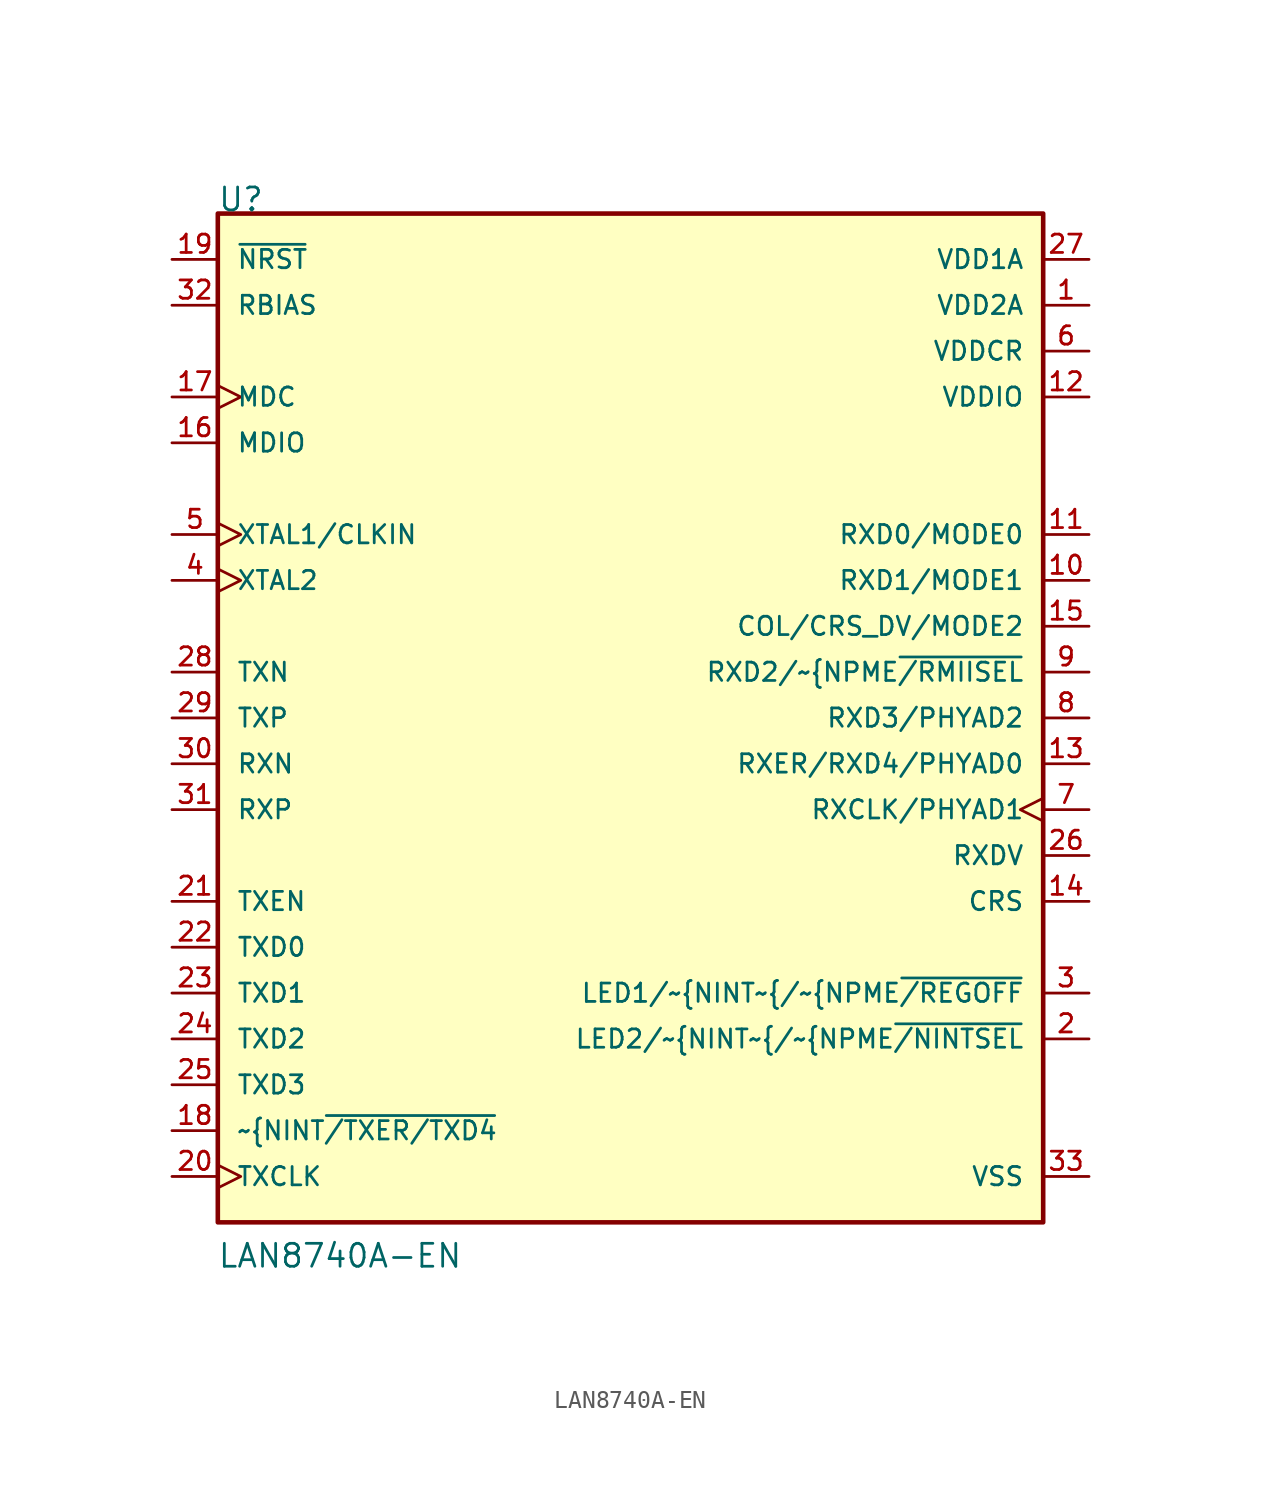
<source format=kicad_sym>
(kicad_symbol_lib
  (version 20220914)
  (generator kicad_symbol_editor)
  (symbol "LAN8740A-EN"
    (pin_names
      (offset 1.016))
    (property "Reference" "U"
      (at -22.891 27.978 0)
      (effects (font (size 1.27 1.27)) (justify left bottom)))
    (property "Value" "LAN8740A-EN"
      (at -22.902 -30.536 0)
      (effects (font (size 1.27 1.27)) (justify left bottom)))
    (symbol "LAN8740A-EN_0_0"
      (rectangle (start -22.86 27.94) (end 22.86 -27.94) (stroke (width 0.254) (type default)) (fill (type background)))
      (pin power_in line (at 25.4 22.86 180) (length 2.54) (name "VDD2A" (effects (font (size 1.016 1.016)))) (number "1" (effects (font (size 1.016 1.016)))))
      (pin bidirectional line (at 25.4 7.62 180) (length 2.54) (name "RXD1/MODE1" (effects (font (size 1.016 1.016)))) (number "10" (effects (font (size 1.016 1.016)))))
      (pin bidirectional line (at 25.4 10.16 180) (length 2.54) (name "RXD0/MODE0" (effects (font (size 1.016 1.016)))) (number "11" (effects (font (size 1.016 1.016)))))
      (pin power_in line (at 25.4 17.78 180) (length 2.54) (name "VDDIO" (effects (font (size 1.016 1.016)))) (number "12" (effects (font (size 1.016 1.016)))))
      (pin bidirectional line (at 25.4 -2.54 180) (length 2.54) (name "RXER/RXD4/PHYAD0" (effects (font (size 1.016 1.016)))) (number "13" (effects (font (size 1.016 1.016)))))
      (pin output line (at 25.4 -10.16 180) (length 2.54) (name "CRS" (effects (font (size 1.016 1.016)))) (number "14" (effects (font (size 1.016 1.016)))))
      (pin bidirectional line (at 25.4 5.08 180) (length 2.54) (name "COL/CRS_DV/MODE2" (effects (font (size 1.016 1.016)))) (number "15" (effects (font (size 1.016 1.016)))))
      (pin bidirectional line (at -25.4 15.24 0) (length 2.54) (name "MDIO" (effects (font (size 1.016 1.016)))) (number "16" (effects (font (size 1.016 1.016)))))
      (pin input clock (at -25.4 17.78 0) (length 2.54) (name "MDC" (effects (font (size 1.016 1.016)))) (number "17" (effects (font (size 1.016 1.016)))))
      (pin bidirectional line (at -25.4 -22.86 0) (length 2.54) (name "~{NINT~{/TXER/TXD4}" (effects (font (size 1.016 1.016)))) (number "18" (effects (font (size 1.016 1.016)))))
      (pin input line (at -25.4 25.4 0) (length 2.54) (name "~{NRST}" (effects (font (size 1.016 1.016)))) (number "19" (effects (font (size 1.016 1.016)))))
      (pin bidirectional line (at 25.4 -17.78 180) (length 2.54) (name "LED2/~{NINT~{/~{NPME~{/NINTSEL}" (effects (font (size 1.016 1.016)))) (number "2" (effects (font (size 1.016 1.016)))))
      (pin output clock (at -25.4 -25.4 0) (length 2.54) (name "TXCLK" (effects (font (size 1.016 1.016)))) (number "20" (effects (font (size 1.016 1.016)))))
      (pin input line (at -25.4 -10.16 0) (length 2.54) (name "TXEN" (effects (font (size 1.016 1.016)))) (number "21" (effects (font (size 1.016 1.016)))))
      (pin input line (at -25.4 -12.7 0) (length 2.54) (name "TXD0" (effects (font (size 1.016 1.016)))) (number "22" (effects (font (size 1.016 1.016)))))
      (pin input line (at -25.4 -15.24 0) (length 2.54) (name "TXD1" (effects (font (size 1.016 1.016)))) (number "23" (effects (font (size 1.016 1.016)))))
      (pin input line (at -25.4 -17.78 0) (length 2.54) (name "TXD2" (effects (font (size 1.016 1.016)))) (number "24" (effects (font (size 1.016 1.016)))))
      (pin input line (at -25.4 -20.32 0) (length 2.54) (name "TXD3" (effects (font (size 1.016 1.016)))) (number "25" (effects (font (size 1.016 1.016)))))
      (pin output line (at 25.4 -7.62 180) (length 2.54) (name "RXDV" (effects (font (size 1.016 1.016)))) (number "26" (effects (font (size 1.016 1.016)))))
      (pin power_in line (at 25.4 25.4 180) (length 2.54) (name "VDD1A" (effects (font (size 1.016 1.016)))) (number "27" (effects (font (size 1.016 1.016)))))
      (pin bidirectional line (at -25.4 2.54 0) (length 2.54) (name "TXN" (effects (font (size 1.016 1.016)))) (number "28" (effects (font (size 1.016 1.016)))))
      (pin bidirectional line (at -25.4 0 0) (length 2.54) (name "TXP" (effects (font (size 1.016 1.016)))) (number "29" (effects (font (size 1.016 1.016)))))
      (pin bidirectional line (at 25.4 -15.24 180) (length 2.54) (name "LED1/~{NINT~{/~{NPME~{/REGOFF}" (effects (font (size 1.016 1.016)))) (number "3" (effects (font (size 1.016 1.016)))))
      (pin bidirectional line (at -25.4 -2.54 0) (length 2.54) (name "RXN" (effects (font (size 1.016 1.016)))) (number "30" (effects (font (size 1.016 1.016)))))
      (pin bidirectional line (at -25.4 -5.08 0) (length 2.54) (name "RXP" (effects (font (size 1.016 1.016)))) (number "31" (effects (font (size 1.016 1.016)))))
      (pin input line (at -25.4 22.86 0) (length 2.54) (name "RBIAS" (effects (font (size 1.016 1.016)))) (number "32" (effects (font (size 1.016 1.016)))))
      (pin power_in line (at 25.4 -25.4 180) (length 2.54) (name "VSS" (effects (font (size 1.016 1.016)))) (number "33" (effects (font (size 1.016 1.016)))))
      (pin output clock (at -25.4 7.62 0) (length 2.54) (name "XTAL2" (effects (font (size 1.016 1.016)))) (number "4" (effects (font (size 1.016 1.016)))))
      (pin input clock (at -25.4 10.16 0) (length 2.54) (name "XTAL1/CLKIN" (effects (font (size 1.016 1.016)))) (number "5" (effects (font (size 1.016 1.016)))))
      (pin power_in line (at 25.4 20.32 180) (length 2.54) (name "VDDCR" (effects (font (size 1.016 1.016)))) (number "6" (effects (font (size 1.016 1.016)))))
      (pin bidirectional clock (at 25.4 -5.08 180) (length 2.54) (name "RXCLK/PHYAD1" (effects (font (size 1.016 1.016)))) (number "7" (effects (font (size 1.016 1.016)))))
      (pin bidirectional line (at 25.4 0 180) (length 2.54) (name "RXD3/PHYAD2" (effects (font (size 1.016 1.016)))) (number "8" (effects (font (size 1.016 1.016)))))
      (pin bidirectional line (at 25.4 2.54 180) (length 2.54) (name "RXD2/~{NPME~{/RMIISEL}" (effects (font (size 1.016 1.016)))) (number "9" (effects (font (size 1.016 1.016))))))))
</source>
